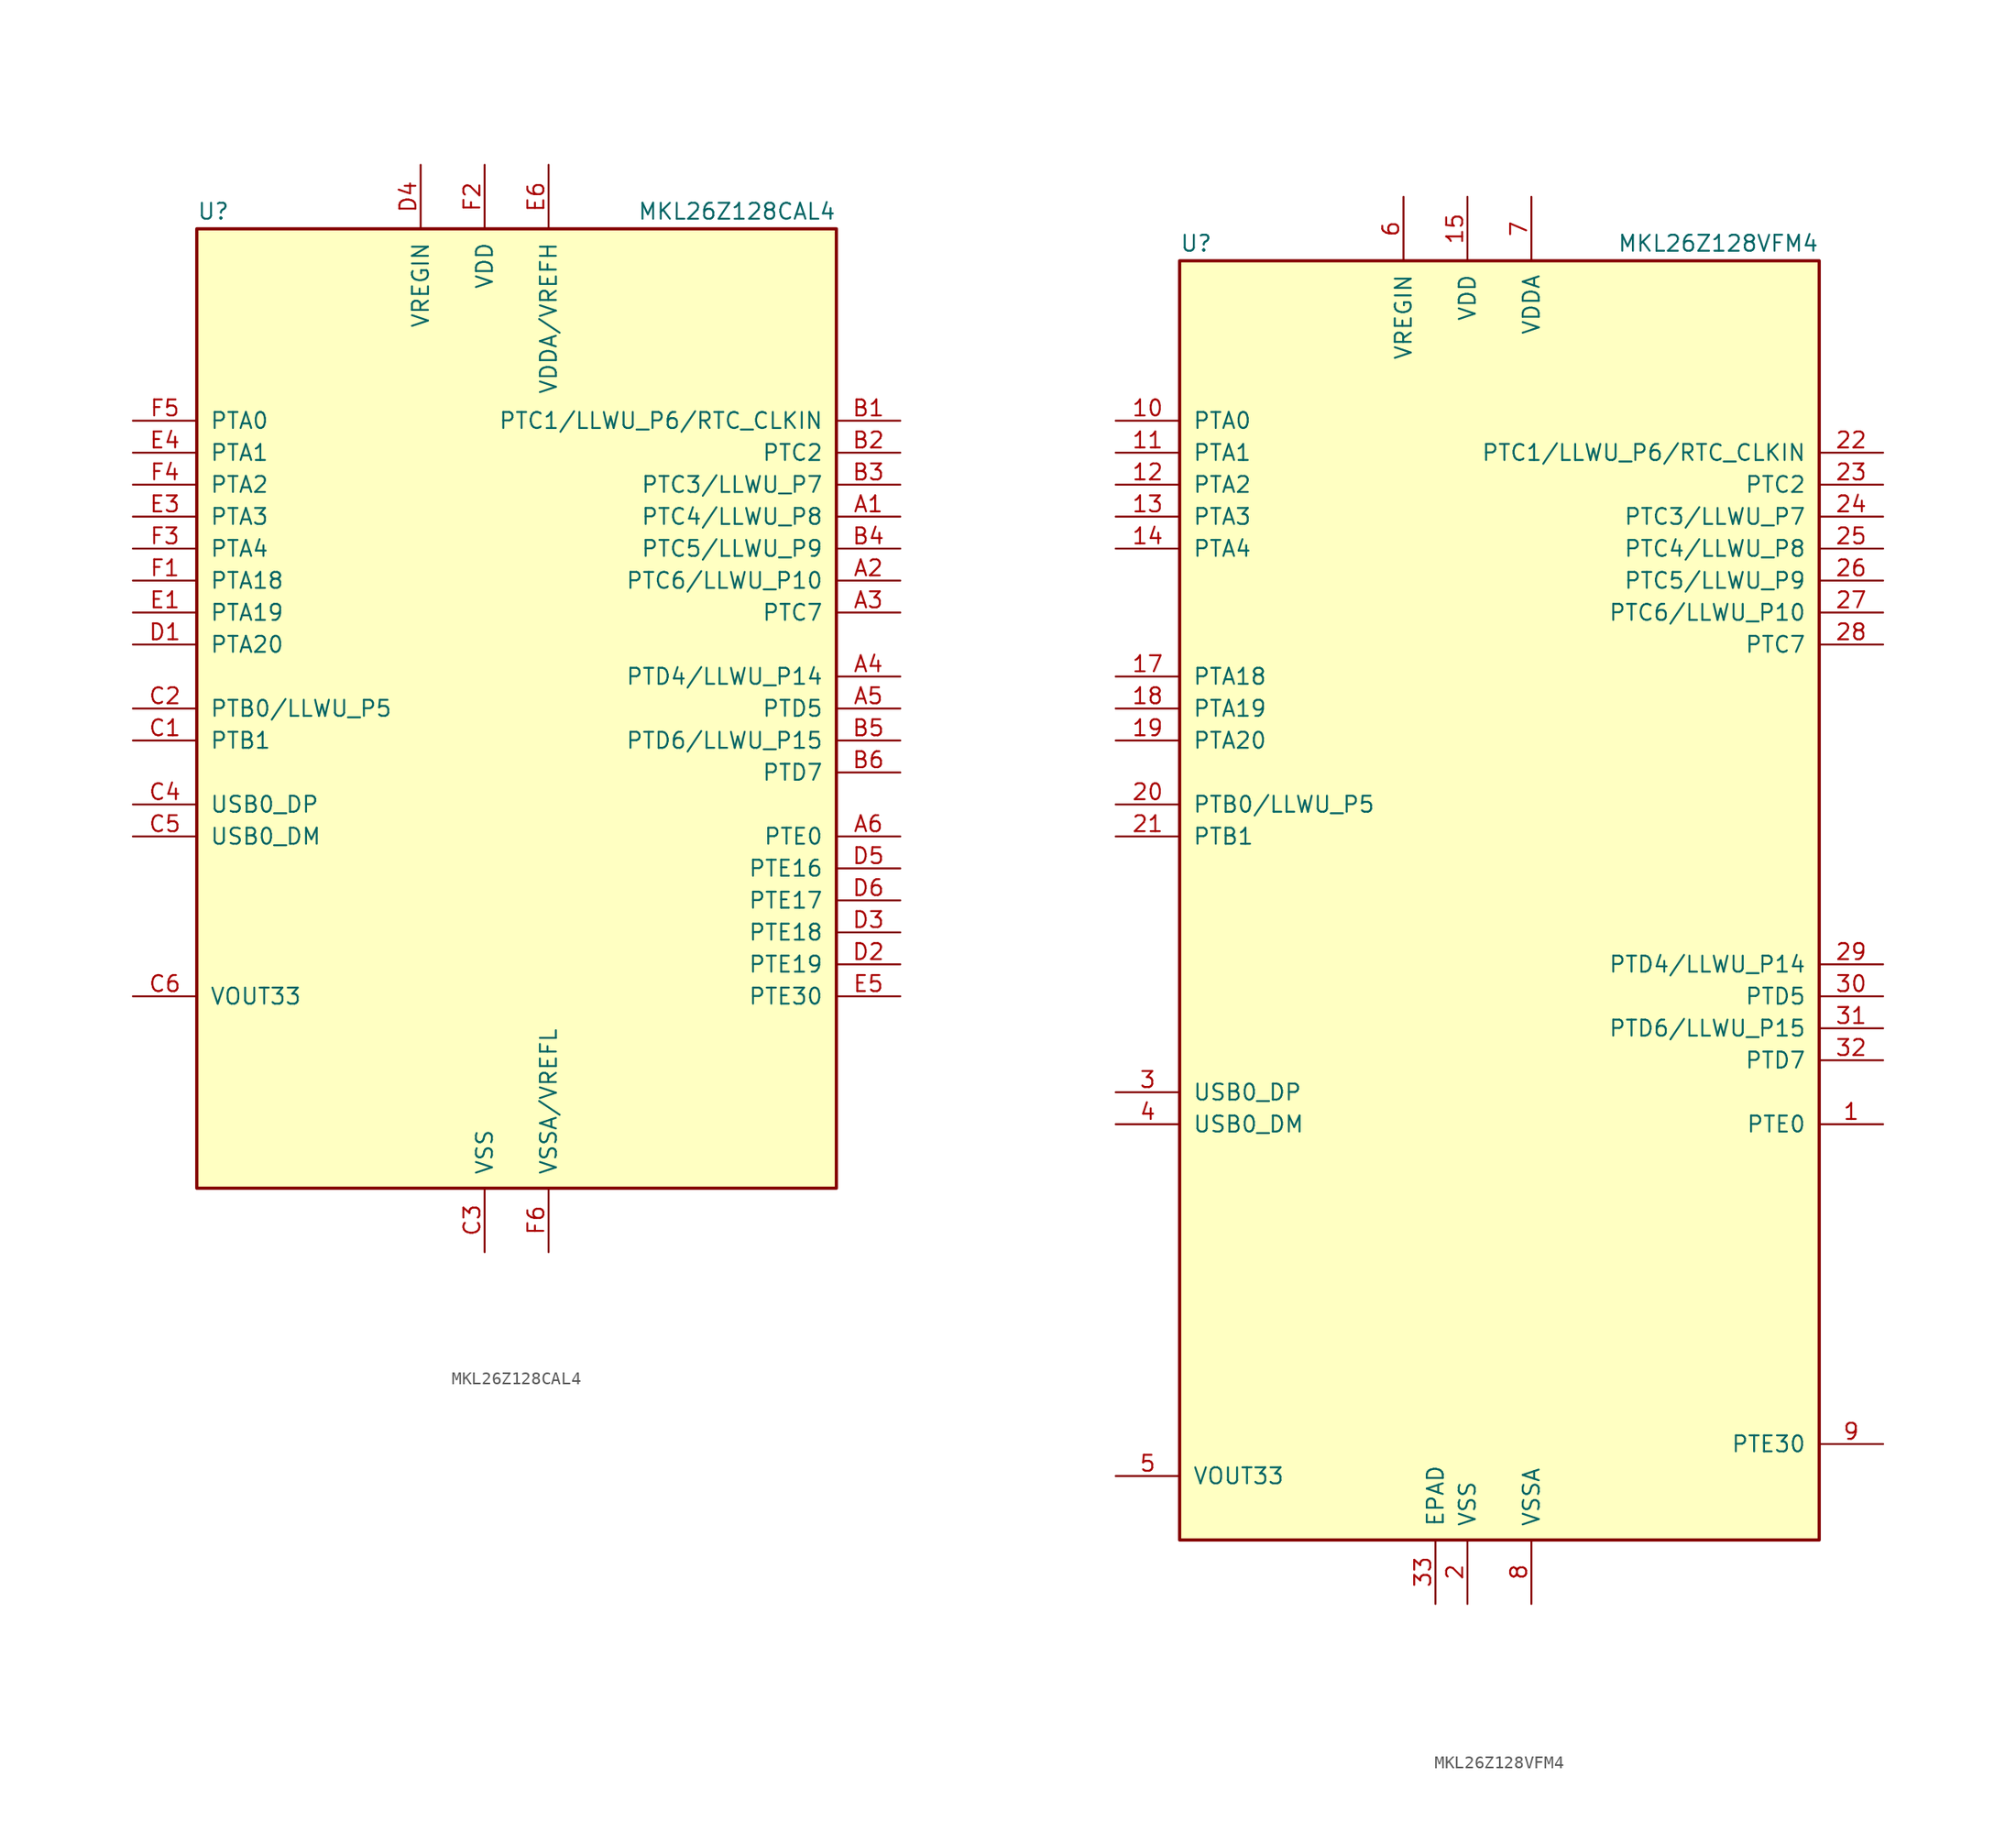
<source format=kicad_sym>
(kicad_symbol_lib
  (version 20231120)
  (generator "kicad_symbol_editor")
  (generator_version "8.0")
  (symbol "MKL26Z128CAL4"
    (pin_names
      (offset 1.016))
    (property "Reference" "U"
      (at -25.4 38.735 0)
      (effects (font (size 1.27 1.27)) (justify left bottom)))
    (property "Value" "MKL26Z128CAL4"
      (at 25.4 38.735 0)
      (effects (font (size 1.27 1.27)) (justify right bottom)))
    (symbol "MKL26Z128CAL4_0_1"
      (rectangle (start -25.4 38.1) (end 25.4 -38.1) (stroke (width 0.254) (type default)) (fill (type background))))
    (symbol "MKL26Z128CAL4_1_1"
      (pin bidirectional line (at 30.48 15.24 180) (length 5.08) (name "PTC4/LLWU_P8" (effects (font (size 1.27 1.27)))) (number "A1" (effects (font (size 1.27 1.27)))))
      (pin bidirectional line (at 30.48 10.16 180) (length 5.08) (name "PTC6/LLWU_P10" (effects (font (size 1.27 1.27)))) (number "A2" (effects (font (size 1.27 1.27)))))
      (pin bidirectional line (at 30.48 7.62 180) (length 5.08) (name "PTC7" (effects (font (size 1.27 1.27)))) (number "A3" (effects (font (size 1.27 1.27)))))
      (pin bidirectional line (at 30.48 2.54 180) (length 5.08) (name "PTD4/LLWU_P14" (effects (font (size 1.27 1.27)))) (number "A4" (effects (font (size 1.27 1.27)))))
      (pin bidirectional line (at 30.48 0 180) (length 5.08) (name "PTD5" (effects (font (size 1.27 1.27)))) (number "A5" (effects (font (size 1.27 1.27)))))
      (pin bidirectional line (at 30.48 -10.16 180) (length 5.08) (name "PTE0" (effects (font (size 1.27 1.27)))) (number "A6" (effects (font (size 1.27 1.27)))))
      (pin bidirectional line (at 30.48 22.86 180) (length 5.08) (name "PTC1/LLWU_P6/RTC_CLKIN" (effects (font (size 1.27 1.27)))) (number "B1" (effects (font (size 1.27 1.27)))))
      (pin bidirectional line (at 30.48 20.32 180) (length 5.08) (name "PTC2" (effects (font (size 1.27 1.27)))) (number "B2" (effects (font (size 1.27 1.27)))))
      (pin bidirectional line (at 30.48 17.78 180) (length 5.08) (name "PTC3/LLWU_P7" (effects (font (size 1.27 1.27)))) (number "B3" (effects (font (size 1.27 1.27)))))
      (pin bidirectional line (at 30.48 12.7 180) (length 5.08) (name "PTC5/LLWU_P9" (effects (font (size 1.27 1.27)))) (number "B4" (effects (font (size 1.27 1.27)))))
      (pin bidirectional line (at 30.48 -2.54 180) (length 5.08) (name "PTD6/LLWU_P15" (effects (font (size 1.27 1.27)))) (number "B5" (effects (font (size 1.27 1.27)))))
      (pin bidirectional line (at 30.48 -5.08 180) (length 5.08) (name "PTD7" (effects (font (size 1.27 1.27)))) (number "B6" (effects (font (size 1.27 1.27)))))
      (pin bidirectional line (at -30.48 -2.54 0) (length 5.08) (name "PTB1" (effects (font (size 1.27 1.27)))) (number "C1" (effects (font (size 1.27 1.27)))))
      (pin bidirectional line (at -30.48 0 0) (length 5.08) (name "PTB0/LLWU_P5" (effects (font (size 1.27 1.27)))) (number "C2" (effects (font (size 1.27 1.27)))))
      (pin power_in line (at -2.54 -43.18 90) (length 5.08) (name "VSS" (effects (font (size 1.27 1.27)))) (number "C3" (effects (font (size 1.27 1.27)))))
      (pin bidirectional line (at -30.48 -7.62 0) (length 5.08) (name "USB0_DP" (effects (font (size 1.27 1.27)))) (number "C4" (effects (font (size 1.27 1.27)))))
      (pin bidirectional line (at -30.48 -10.16 0) (length 5.08) (name "USB0_DM" (effects (font (size 1.27 1.27)))) (number "C5" (effects (font (size 1.27 1.27)))))
      (pin power_out line (at -30.48 -22.86 0) (length 5.08) (name "VOUT33" (effects (font (size 1.27 1.27)))) (number "C6" (effects (font (size 1.27 1.27)))))
      (pin bidirectional line (at -30.48 5.08 0) (length 5.08) (name "PTA20" (effects (font (size 1.27 1.27)))) (number "D1" (effects (font (size 1.27 1.27)))))
      (pin bidirectional line (at 30.48 -20.32 180) (length 5.08) (name "PTE19" (effects (font (size 1.27 1.27)))) (number "D2" (effects (font (size 1.27 1.27)))))
      (pin bidirectional line (at 30.48 -17.78 180) (length 5.08) (name "PTE18" (effects (font (size 1.27 1.27)))) (number "D3" (effects (font (size 1.27 1.27)))))
      (pin power_in line (at -7.62 43.18 270) (length 5.08) (name "VREGIN" (effects (font (size 1.27 1.27)))) (number "D4" (effects (font (size 1.27 1.27)))))
      (pin bidirectional line (at 30.48 -12.7 180) (length 5.08) (name "PTE16" (effects (font (size 1.27 1.27)))) (number "D5" (effects (font (size 1.27 1.27)))))
      (pin bidirectional line (at 30.48 -15.24 180) (length 5.08) (name "PTE17" (effects (font (size 1.27 1.27)))) (number "D6" (effects (font (size 1.27 1.27)))))
      (pin bidirectional line (at -30.48 7.62 0) (length 5.08) (name "PTA19" (effects (font (size 1.27 1.27)))) (number "E1" (effects (font (size 1.27 1.27)))))
      (pin passive line (at -2.54 -43.18 90) (length 5.08) hide (name "VSS" (effects (font (size 1.27 1.27)))) (number "E2" (effects (font (size 1.27 1.27)))))
      (pin bidirectional line (at -30.48 15.24 0) (length 5.08) (name "PTA3" (effects (font (size 1.27 1.27)))) (number "E3" (effects (font (size 1.27 1.27)))))
      (pin bidirectional line (at -30.48 20.32 0) (length 5.08) (name "PTA1" (effects (font (size 1.27 1.27)))) (number "E4" (effects (font (size 1.27 1.27)))))
      (pin bidirectional line (at 30.48 -22.86 180) (length 5.08) (name "PTE30" (effects (font (size 1.27 1.27)))) (number "E5" (effects (font (size 1.27 1.27)))))
      (pin power_in line (at 2.54 43.18 270) (length 5.08) (name "VDDA/VREFH" (effects (font (size 1.27 1.27)))) (number "E6" (effects (font (size 1.27 1.27)))))
      (pin bidirectional line (at -30.48 10.16 0) (length 5.08) (name "PTA18" (effects (font (size 1.27 1.27)))) (number "F1" (effects (font (size 1.27 1.27)))))
      (pin power_in line (at -2.54 43.18 270) (length 5.08) (name "VDD" (effects (font (size 1.27 1.27)))) (number "F2" (effects (font (size 1.27 1.27)))))
      (pin bidirectional line (at -30.48 12.7 0) (length 5.08) (name "PTA4" (effects (font (size 1.27 1.27)))) (number "F3" (effects (font (size 1.27 1.27)))))
      (pin bidirectional line (at -30.48 17.78 0) (length 5.08) (name "PTA2" (effects (font (size 1.27 1.27)))) (number "F4" (effects (font (size 1.27 1.27)))))
      (pin bidirectional line (at -30.48 22.86 0) (length 5.08) (name "PTA0" (effects (font (size 1.27 1.27)))) (number "F5" (effects (font (size 1.27 1.27)))))
      (pin power_in line (at 2.54 -43.18 90) (length 5.08) (name "VSSA/VREFL" (effects (font (size 1.27 1.27)))) (number "F6" (effects (font (size 1.27 1.27)))))))
  (symbol "MKL26Z128VFM4"
    (pin_names
      (offset 1.016))
    (property "Reference" "U"
      (at -25.4 51.435 0)
      (effects (font (size 1.27 1.27)) (justify left bottom)))
    (property "Value" "MKL26Z128VFM4"
      (at 25.4 51.435 0)
      (effects (font (size 1.27 1.27)) (justify right bottom)))
    (symbol "MKL26Z128VFM4_0_1"
      (rectangle (start -25.4 50.8) (end 25.4 -50.8) (stroke (width 0.254) (type default)) (fill (type background))))
    (symbol "MKL26Z128VFM4_1_1"
      (pin bidirectional line (at 30.48 -17.78 180) (length 5.08) (name "PTE0" (effects (font (size 1.27 1.27)))) (number "1" (effects (font (size 1.27 1.27)))))
      (pin bidirectional line (at -30.48 38.1 0) (length 5.08) (name "PTA0" (effects (font (size 1.27 1.27)))) (number "10" (effects (font (size 1.27 1.27)))))
      (pin bidirectional line (at -30.48 35.56 0) (length 5.08) (name "PTA1" (effects (font (size 1.27 1.27)))) (number "11" (effects (font (size 1.27 1.27)))))
      (pin bidirectional line (at -30.48 33.02 0) (length 5.08) (name "PTA2" (effects (font (size 1.27 1.27)))) (number "12" (effects (font (size 1.27 1.27)))))
      (pin bidirectional line (at -30.48 30.48 0) (length 5.08) (name "PTA3" (effects (font (size 1.27 1.27)))) (number "13" (effects (font (size 1.27 1.27)))))
      (pin bidirectional line (at -30.48 27.94 0) (length 5.08) (name "PTA4" (effects (font (size 1.27 1.27)))) (number "14" (effects (font (size 1.27 1.27)))))
      (pin power_in line (at -2.54 55.88 270) (length 5.08) (name "VDD" (effects (font (size 1.27 1.27)))) (number "15" (effects (font (size 1.27 1.27)))))
      (pin passive line (at -2.54 -55.88 90) (length 5.08) hide (name "VSS" (effects (font (size 1.27 1.27)))) (number "16" (effects (font (size 1.27 1.27)))))
      (pin bidirectional line (at -30.48 17.78 0) (length 5.08) (name "PTA18" (effects (font (size 1.27 1.27)))) (number "17" (effects (font (size 1.27 1.27)))))
      (pin bidirectional line (at -30.48 15.24 0) (length 5.08) (name "PTA19" (effects (font (size 1.27 1.27)))) (number "18" (effects (font (size 1.27 1.27)))))
      (pin bidirectional line (at -30.48 12.7 0) (length 5.08) (name "PTA20" (effects (font (size 1.27 1.27)))) (number "19" (effects (font (size 1.27 1.27)))))
      (pin power_in line (at -2.54 -55.88 90) (length 5.08) (name "VSS" (effects (font (size 1.27 1.27)))) (number "2" (effects (font (size 1.27 1.27)))))
      (pin bidirectional line (at -30.48 7.62 0) (length 5.08) (name "PTB0/LLWU_P5" (effects (font (size 1.27 1.27)))) (number "20" (effects (font (size 1.27 1.27)))))
      (pin bidirectional line (at -30.48 5.08 0) (length 5.08) (name "PTB1" (effects (font (size 1.27 1.27)))) (number "21" (effects (font (size 1.27 1.27)))))
      (pin bidirectional line (at 30.48 35.56 180) (length 5.08) (name "PTC1/LLWU_P6/RTC_CLKIN" (effects (font (size 1.27 1.27)))) (number "22" (effects (font (size 1.27 1.27)))))
      (pin bidirectional line (at 30.48 33.02 180) (length 5.08) (name "PTC2" (effects (font (size 1.27 1.27)))) (number "23" (effects (font (size 1.27 1.27)))))
      (pin bidirectional line (at 30.48 30.48 180) (length 5.08) (name "PTC3/LLWU_P7" (effects (font (size 1.27 1.27)))) (number "24" (effects (font (size 1.27 1.27)))))
      (pin bidirectional line (at 30.48 27.94 180) (length 5.08) (name "PTC4/LLWU_P8" (effects (font (size 1.27 1.27)))) (number "25" (effects (font (size 1.27 1.27)))))
      (pin bidirectional line (at 30.48 25.4 180) (length 5.08) (name "PTC5/LLWU_P9" (effects (font (size 1.27 1.27)))) (number "26" (effects (font (size 1.27 1.27)))))
      (pin bidirectional line (at 30.48 22.86 180) (length 5.08) (name "PTC6/LLWU_P10" (effects (font (size 1.27 1.27)))) (number "27" (effects (font (size 1.27 1.27)))))
      (pin bidirectional line (at 30.48 20.32 180) (length 5.08) (name "PTC7" (effects (font (size 1.27 1.27)))) (number "28" (effects (font (size 1.27 1.27)))))
      (pin bidirectional line (at 30.48 -5.08 180) (length 5.08) (name "PTD4/LLWU_P14" (effects (font (size 1.27 1.27)))) (number "29" (effects (font (size 1.27 1.27)))))
      (pin bidirectional line (at -30.48 -15.24 0) (length 5.08) (name "USB0_DP" (effects (font (size 1.27 1.27)))) (number "3" (effects (font (size 1.27 1.27)))))
      (pin bidirectional line (at 30.48 -7.62 180) (length 5.08) (name "PTD5" (effects (font (size 1.27 1.27)))) (number "30" (effects (font (size 1.27 1.27)))))
      (pin bidirectional line (at 30.48 -10.16 180) (length 5.08) (name "PTD6/LLWU_P15" (effects (font (size 1.27 1.27)))) (number "31" (effects (font (size 1.27 1.27)))))
      (pin bidirectional line (at 30.48 -12.7 180) (length 5.08) (name "PTD7" (effects (font (size 1.27 1.27)))) (number "32" (effects (font (size 1.27 1.27)))))
      (pin power_in line (at -5.08 -55.88 90) (length 5.08) (name "EPAD" (effects (font (size 1.27 1.27)))) (number "33" (effects (font (size 1.27 1.27)))))
      (pin bidirectional line (at -30.48 -17.78 0) (length 5.08) (name "USB0_DM" (effects (font (size 1.27 1.27)))) (number "4" (effects (font (size 1.27 1.27)))))
      (pin power_out line (at -30.48 -45.72 0) (length 5.08) (name "VOUT33" (effects (font (size 1.27 1.27)))) (number "5" (effects (font (size 1.27 1.27)))))
      (pin power_in line (at -7.62 55.88 270) (length 5.08) (name "VREGIN" (effects (font (size 1.27 1.27)))) (number "6" (effects (font (size 1.27 1.27)))))
      (pin power_in line (at 2.54 55.88 270) (length 5.08) (name "VDDA" (effects (font (size 1.27 1.27)))) (number "7" (effects (font (size 1.27 1.27)))))
      (pin power_in line (at 2.54 -55.88 90) (length 5.08) (name "VSSA" (effects (font (size 1.27 1.27)))) (number "8" (effects (font (size 1.27 1.27)))))
      (pin bidirectional line (at 30.48 -43.18 180) (length 5.08) (name "PTE30" (effects (font (size 1.27 1.27)))) (number "9" (effects (font (size 1.27 1.27))))))))
</source>
